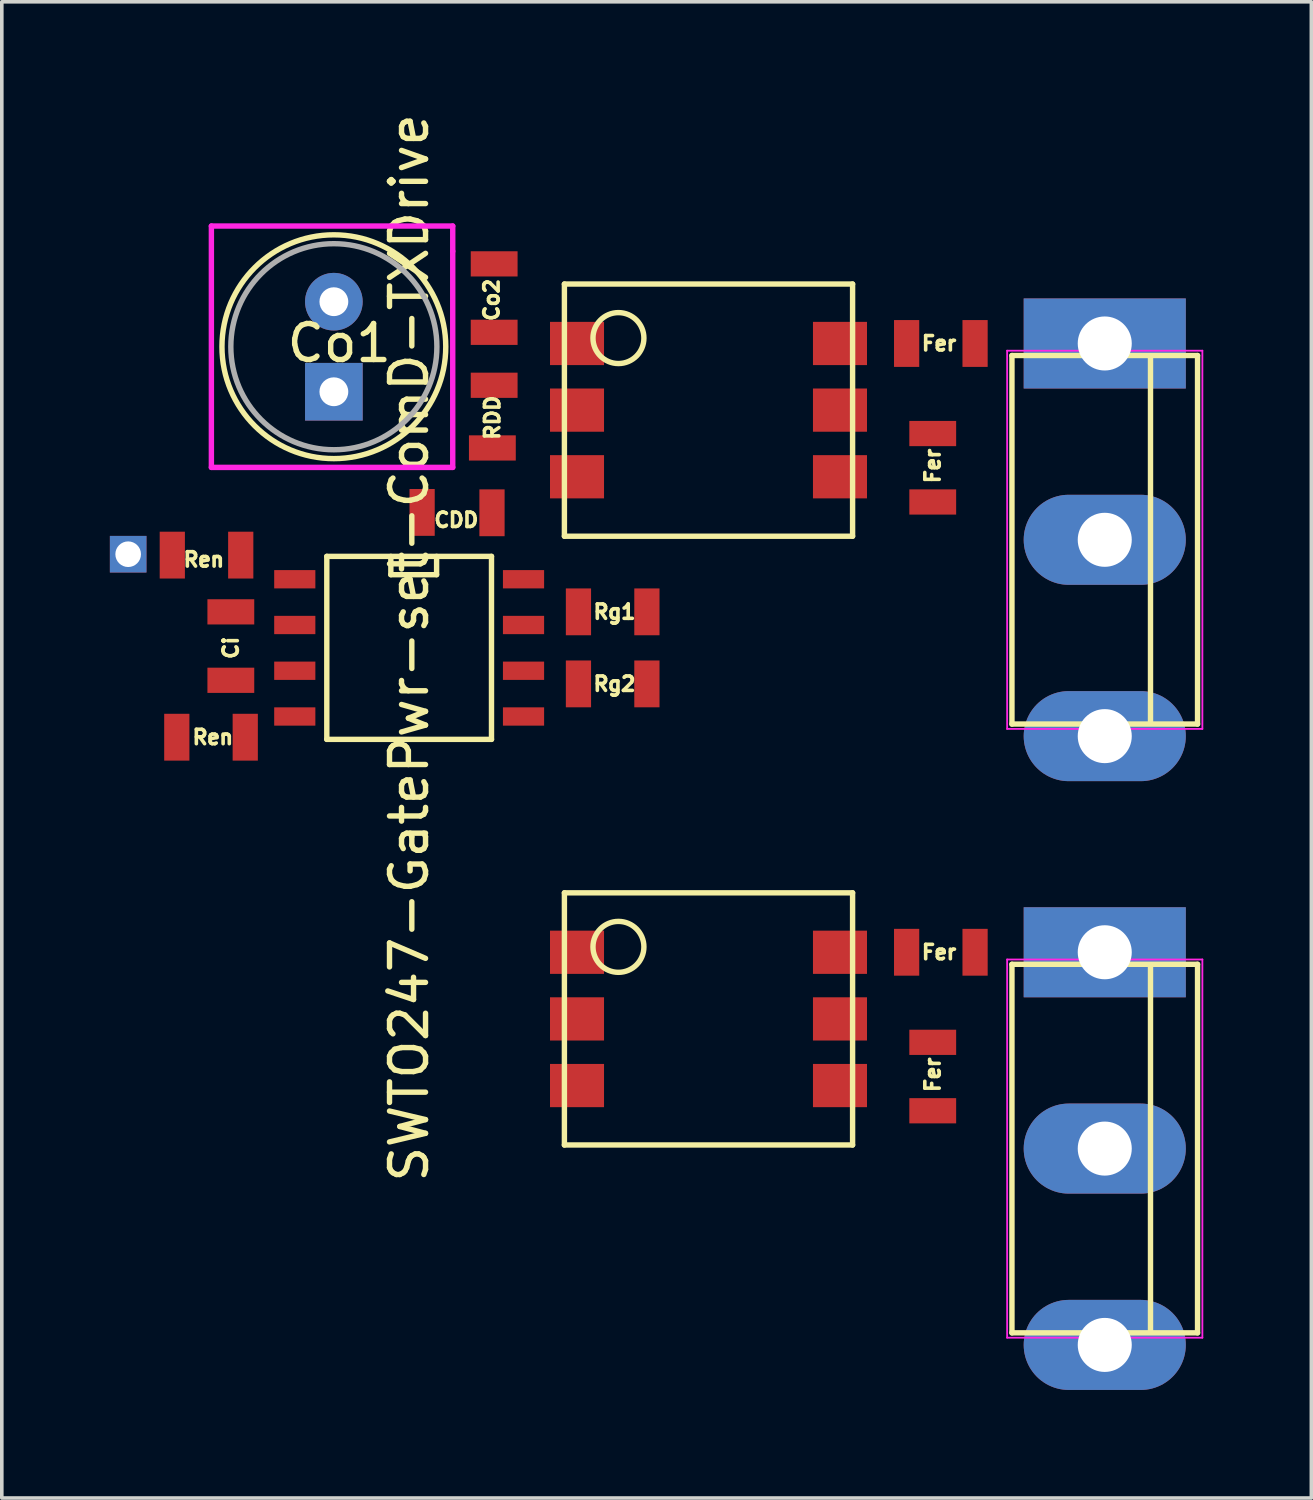
<source format=kicad_pcb>
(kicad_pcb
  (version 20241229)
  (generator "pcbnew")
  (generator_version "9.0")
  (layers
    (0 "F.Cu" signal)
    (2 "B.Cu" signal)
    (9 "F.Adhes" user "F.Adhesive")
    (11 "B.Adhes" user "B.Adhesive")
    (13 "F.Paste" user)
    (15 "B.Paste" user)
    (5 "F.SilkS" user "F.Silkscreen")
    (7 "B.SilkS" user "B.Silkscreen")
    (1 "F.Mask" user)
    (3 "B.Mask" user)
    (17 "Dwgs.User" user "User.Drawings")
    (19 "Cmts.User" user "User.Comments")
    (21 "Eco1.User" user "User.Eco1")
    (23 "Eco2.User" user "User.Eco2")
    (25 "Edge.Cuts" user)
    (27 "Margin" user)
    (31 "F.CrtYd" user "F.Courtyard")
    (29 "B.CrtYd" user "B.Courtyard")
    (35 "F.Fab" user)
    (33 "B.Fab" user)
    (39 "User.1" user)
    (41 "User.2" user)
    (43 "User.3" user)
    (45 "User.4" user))
  (footprint "SWTO247-GatePwr-set-ComD-TXDrive"
    (layer "F.Cu")
    (at 27.618 20.385)
    (property "Reference" "SWTO247-GatePwr-set-ComD-TXDrive" (at -19.31 -5.45 90) (layer "F.SilkS") (effects (font (size 1 1) (thickness 0.15))))
    (attr smd)
    (fp_line (start -21.596 -7.99) (end -17.024 -7.99) (stroke (width 0.15) (type solid)) (layer "F.SilkS"))
    (fp_line (start -21.596 -2.91) (end -21.596 -7.99) (stroke (width 0.15) (type solid)) (layer "F.SilkS"))
    (fp_line (start -19.818 -7.482) (end -19.818 -7.99) (stroke (width 0.15) (type solid)) (layer "F.SilkS"))
    (fp_line (start -18.548 -7.99) (end -18.548 -7.482) (stroke (width 0.15) (type solid)) (layer "F.SilkS"))
    (fp_line (start -18.548 -7.482) (end -19.818 -7.482) (stroke (width 0.15) (type solid)) (layer "F.SilkS"))
    (fp_line (start -17.024 -7.99) (end -17.024 -2.91) (stroke (width 0.15) (type solid)) (layer "F.SilkS"))
    (fp_line (start -17.024 -2.91) (end -21.596 -2.91) (stroke (width 0.15) (type solid)) (layer "F.SilkS"))
    (fp_line (start -15 -15.55) (end -7 -15.55) (stroke (width 0.15) (type solid)) (layer "F.SilkS"))
    (fp_line (start -15 -8.55) (end -15 -15.55) (stroke (width 0.15) (type solid)) (layer "F.SilkS"))
    (fp_line (start -15 1.35) (end -7 1.35) (stroke (width 0.15) (type solid)) (layer "F.SilkS"))
    (fp_line (start -15 8.35) (end -15 1.35) (stroke (width 0.15) (type solid)) (layer "F.SilkS"))
    (fp_line (start -7 -15.55) (end -7 -8.55) (stroke (width 0.15) (type solid)) (layer "F.SilkS"))
    (fp_line (start -7 -8.55) (end -15 -8.55) (stroke (width 0.15) (type solid)) (layer "F.SilkS"))
    (fp_line (start -7 1.35) (end -7 8.35) (stroke (width 0.15) (type solid)) (layer "F.SilkS"))
    (fp_line (start -7 8.35) (end -15 8.35) (stroke (width 0.15) (type solid)) (layer "F.SilkS"))
    (fp_line (start -2.576 -13.566) (end 2.576 -13.566) (stroke (width 0.15) (type solid)) (layer "F.SilkS"))
    (fp_line (start -2.576 -3.335) (end -2.576 -13.566) (stroke (width 0.15) (type solid)) (layer "F.SilkS"))
    (fp_line (start -2.576 3.334) (end 2.576 3.334) (stroke (width 0.15) (type solid)) (layer "F.SilkS"))
    (fp_line (start -2.576 13.565) (end -2.576 3.334) (stroke (width 0.15) (type solid)) (layer "F.SilkS"))
    (fp_line (start 1.27 -13.53) (end 1.27 -3.37) (stroke (width 0.15) (type solid)) (layer "F.SilkS"))
    (fp_line (start 1.27 3.37) (end 1.27 13.53) (stroke (width 0.15) (type solid)) (layer "F.SilkS"))
    (fp_line (start 2.576 -13.566) (end 2.576 -3.335) (stroke (width 0.15) (type solid)) (layer "F.SilkS"))
    (fp_line (start 2.576 -3.335) (end -2.576 -3.335) (stroke (width 0.15) (type solid)) (layer "F.SilkS"))
    (fp_line (start 2.576 3.334) (end 2.576 13.565) (stroke (width 0.15) (type solid)) (layer "F.SilkS"))
    (fp_line (start 2.576 13.565) (end -2.576 13.565) (stroke (width 0.15) (type solid)) (layer "F.SilkS"))
    (fp_circle (center -21.4 -13.81) (end -24 -12.11) (stroke (width 0.15) (type solid)) (fill no) (layer "F.SilkS"))
    (fp_circle (center -13.5 -14.05) (end -14 -14.55) (stroke (width 0.15) (type solid)) (fill no) (layer "F.SilkS"))
    (fp_circle (center -13.5 2.85) (end -14 2.35) (stroke (width 0.15) (type solid)) (fill no) (layer "F.SilkS"))
    (fp_line (start -24.8 -17.16) (end -18.1 -17.16) (stroke (width 0.15) (type solid)) (layer "F.CrtYd"))
    (fp_line (start -24.8 -10.46) (end -24.8 -17.16) (stroke (width 0.15) (type solid)) (layer "F.CrtYd"))
    (fp_line (start -18.1 -16.46) (end -18.1 -17.16) (stroke (width 0.15) (type solid)) (layer "F.CrtYd"))
    (fp_line (start -18.1 -10.46) (end -24.8 -10.46) (stroke (width 0.15) (type solid)) (layer "F.CrtYd"))
    (fp_line (start -18.1 -10.46) (end -18.1 -16.46) (stroke (width 0.15) (type solid)) (layer "F.CrtYd"))
    (fp_line (start -2.71 -13.7) (end -2.71 -3.2) (stroke (width 0.05) (type solid)) (layer "F.CrtYd"))
    (fp_line (start -2.71 -3.2) (end 2.71 -3.2) (stroke (width 0.05) (type solid)) (layer "F.CrtYd"))
    (fp_line (start -2.71 3.2) (end -2.71 13.7) (stroke (width 0.05) (type solid)) (layer "F.CrtYd"))
    (fp_line (start -2.71 13.7) (end 2.71 13.7) (stroke (width 0.05) (type solid)) (layer "F.CrtYd"))
    (fp_line (start 2.71 -13.7) (end -2.71 -13.7) (stroke (width 0.05) (type solid)) (layer "F.CrtYd"))
    (fp_line (start 2.71 -3.2) (end 2.71 -13.7) (stroke (width 0.05) (type solid)) (layer "F.CrtYd"))
    (fp_line (start 2.71 3.2) (end -2.71 3.2) (stroke (width 0.05) (type solid)) (layer "F.CrtYd"))
    (fp_line (start 2.71 13.7) (end 2.71 3.2) (stroke (width 0.05) (type solid)) (layer "F.CrtYd"))
    (fp_circle (center -21.4 -13.81) (end -23.7 -12.11) (stroke (width 0.15) (type solid)) (fill no) (layer "F.Fab"))
    (fp_text user "Rg2" (at -13.61 -4.45 0) (layer "F.SilkS") (effects (font (size 0.4 0.4) (thickness 0.1))))
    (fp_text user "Ren" (at -25.01 -7.9 0) (layer "F.SilkS") (effects (font (size 0.4 0.4) (thickness 0.1))))
    (fp_text user "Rg1" (at -13.61 -6.45 0) (layer "F.SilkS") (effects (font (size 0.4 0.4) (thickness 0.1))))
    (fp_text user "Fer" (at -4.6 3 180) (layer "F.SilkS") (effects (font (size 0.4 0.4) (thickness 0.1))))
    (fp_text user "Fer" (at -4.775 6.4 90) (layer "F.SilkS") (effects (font (size 0.4 0.4) (thickness 0.1))))
    (fp_text user "Co2" (at -17.02 -15.11 90) (layer "F.SilkS") (effects (font (size 0.4 0.4) (thickness 0.1))))
    (fp_text user "Ren" (at -24.76 -2.97 0) (layer "F.SilkS") (effects (font (size 0.4 0.4) (thickness 0.1))))
    (fp_text user "Fer" (at -4.775 -10.5 90) (layer "F.SilkS") (effects (font (size 0.4 0.4) (thickness 0.1))))
    (fp_text user "Ci" (at -24.26 -5.45 90) (layer "F.SilkS") (effects (font (size 0.4 0.4) (thickness 0.1))))
    (fp_text user "Co1" (at -21.25 -13.91 0) (layer "F.SilkS") (effects (font (size 1 1) (thickness 0.15))))
    (fp_text user "RDD" (at -17 -11.84 90) (layer "F.SilkS") (effects (font (size 0.4 0.4) (thickness 0.1))))
    (fp_text user "CDD" (at -18 -9 0) (layer "F.SilkS") (effects (font (size 0.4 0.4) (thickness 0.1))))
    (fp_text user "Fer" (at -4.6 -13.9 180) (layer "F.SilkS") (effects (font (size 0.4 0.4) (thickness 0.1))))
    (pad "+Vo" thru_hole rect (at -21.4 -12.56 180) (size 1.6 1.6) (drill 0.8) (layers "*.Cu" "*.Mask"))
    (pad "+Vo" smd rect (at -16.95 -14.21 270) (size 0.7 1.3) (layers "F.Cu" "F.Mask" "F.Paste"))
    (pad "+Vo" smd rect (at -16.95 -12.74 90) (size 0.7 1.3) (layers "F.Cu" "F.Mask" "F.Paste"))
    (pad "1" smd rect (at -14.65 -13.9 180) (size 1.5 1.2) (layers "F.Cu" "F.Mask" "F.Paste"))
    (pad "1" smd rect (at -14.65 3 180) (size 1.5 1.2) (layers "F.Cu" "F.Mask" "F.Paste"))
    (pad "1" smd rect (at -12.71 -6.45) (size 0.7 1.3) (layers "F.Cu" "F.Mask" "F.Paste"))
    (pad "1" smd rect (at -12.71 -4.45) (size 0.7 1.3) (layers "F.Cu" "F.Mask" "F.Paste"))
    (pad "2a" smd rect (at -14.65 -12.05 180) (size 1.5 1.2) (layers "F.Cu" "F.Mask" "F.Paste"))
    (pad "2b" smd rect (at -14.65 4.85 180) (size 1.5 1.2) (layers "F.Cu" "F.Mask" "F.Paste"))
    (pad "3" thru_hole circle (at -21.4 -15.06 180) (size 1.6 1.6) (drill 0.8) (layers "*.Cu" "*.Mask"))
    (pad "3" smd rect (at -16.95 -16.11 270) (size 0.7 1.3) (layers "F.Cu" "F.Mask" "F.Paste"))
    (pad "3" smd rect (at -16.135 -3.545 270) (size 0.508 1.143) (layers "F.Cu" "F.Mask" "F.Paste"))
    (pad "3" smd rect (at -14.65 -10.2 180) (size 1.5 1.2) (layers "F.Cu" "F.Mask" "F.Paste"))
    (pad "3" smd rect (at -14.65 6.7 180) (size 1.5 1.2) (layers "F.Cu" "F.Mask" "F.Paste"))
    (pad "5a" smd rect (at -7.35 -12.05 180) (size 1.5 1.2) (layers "F.Cu" "F.Mask" "F.Paste"))
    (pad "5b" smd rect (at -7.35 4.85 180) (size 1.5 1.2) (layers "F.Cu" "F.Mask" "F.Paste"))
    (pad "6a" smd rect (at -7.35 -13.9 180) (size 1.5 1.2) (layers "F.Cu" "F.Mask" "F.Paste"))
    (pad "6a" smd rect (at -5.5 -13.9 180) (size 0.7 1.3) (layers "F.Cu" "F.Mask" "F.Paste"))
    (pad "6a" smd rect (at -4.775 -11.4 90) (size 0.7 1.3) (layers "F.Cu" "F.Mask" "F.Paste"))
    (pad "6b" smd rect (at -7.35 3 180) (size 1.5 1.2) (layers "F.Cu" "F.Mask" "F.Paste"))
    (pad "6b" smd rect (at -5.5 3 180) (size 0.7 1.3) (layers "F.Cu" "F.Mask" "F.Paste"))
    (pad "6b" smd rect (at -4.775 5.5 90) (size 0.7 1.3) (layers "F.Cu" "F.Mask" "F.Paste"))
    (pad "D" thru_hole oval (at 0 -8.45 180) (size 4.5 2.5) (drill 1.5) (layers "*.Cu" "*.Mask"))
    (pad "D" thru_hole oval (at 0 8.45 180) (size 4.5 2.5) (drill 1.5) (layers "*.Cu" "*.Mask"))
    (pad "EN" smd rect (at -23.86 -2.97) (size 0.7 1.3) (layers "F.Cu" "F.Mask" "F.Paste"))
    (pad "EN" smd rect (at -22.485 -3.545 270) (size 0.508 1.143) (layers "F.Cu" "F.Mask" "F.Paste"))
    (pad "GNDi" smd rect (at -24.26 -4.55 270) (size 0.7 1.3) (layers "F.Cu" "F.Mask" "F.Paste"))
    (pad "GNDi" smd rect (at -22.485 -4.815 270) (size 0.508 1.143) (layers "F.Cu" "F.Mask" "F.Paste"))
    (pad "Ga" smd rect (at -3.6 -13.9 180) (size 0.7 1.3) (layers "F.Cu" "F.Mask" "F.Paste"))
    (pad "Ga" thru_hole rect (at 0 -13.9 180) (size 4.5 2.5) (drill 1.5) (layers "*.Cu" "*.Mask"))
    (pad "Gb" smd rect (at -3.6 3 180) (size 0.7 1.3) (layers "F.Cu" "F.Mask" "F.Paste"))
    (pad "Gb" thru_hole rect (at 0 3 180) (size 4.5 2.5) (drill 1.5) (layers "*.Cu" "*.Mask"))
    (pad "S" smd rect (at -18.95 -9.21) (size 0.7 1.3) (layers "F.Cu" "F.Mask" "F.Paste"))
    (pad "Sa" smd rect (at -7.35 -10.2 180) (size 1.5 1.2) (layers "F.Cu" "F.Mask" "F.Paste"))
    (pad "Sa" smd rect (at -4.775 -9.5 90) (size 0.7 1.3) (layers "F.Cu" "F.Mask" "F.Paste"))
    (pad "Sa" thru_hole oval (at 0 -3 180) (size 4.5 2.5) (drill 1.5) (layers "*.Cu" "*.Mask"))
    (pad "Sb" smd rect (at -7.35 6.7 180) (size 1.5 1.2) (layers "F.Cu" "F.Mask" "F.Paste"))
    (pad "Sb" smd rect (at -4.775 7.4 90) (size 0.7 1.3) (layers "F.Cu" "F.Mask" "F.Paste"))
    (pad "Sb" thru_hole oval (at 0 13.9 180) (size 4.5 2.5) (drill 1.5) (layers "*.Cu" "*.Mask"))
    (pad "VDD" smd rect (at -17.01 -9.2) (size 0.7 1.3) (layers "F.Cu" "F.Mask" "F.Paste"))
    (pad "VDD" smd rect (at -17 -11 90) (size 0.7 1.3) (layers "F.Cu" "F.Mask" "F.Paste"))
    (pad "VDD" smd rect (at -16.135 -7.355 270) (size 0.508 1.143) (layers "F.Cu" "F.Mask" "F.Paste"))
    (pad "VDDi" smd rect (at -25.76 -2.97) (size 0.7 1.3) (layers "F.Cu" "F.Mask" "F.Paste"))
    (pad "VDDi" smd rect (at -24.26 -6.45 270) (size 0.7 1.3) (layers "F.Cu" "F.Mask" "F.Paste"))
    (pad "VDDi" smd rect (at -22.485 -6.085 270) (size 0.508 1.143) (layers "F.Cu" "F.Mask" "F.Paste"))
    (pad "VI" smd rect (at -23.985 -8.025) (size 0.7 1.3) (layers "F.Cu" "F.Mask" "F.Paste"))
    (pad "VI" smd rect (at -22.485 -7.355 270) (size 0.508 1.143) (layers "F.Cu" "F.Mask" "F.Paste"))
    (pad "Vg+" smd rect (at -16.135 -6.085 270) (size 0.508 1.143) (layers "F.Cu" "F.Mask" "F.Paste"))
    (pad "Vg+" smd rect (at -14.61 -6.45) (size 0.7 1.3) (layers "F.Cu" "F.Mask" "F.Paste"))
    (pad "Vg-" smd rect (at -16.135 -4.815 270) (size 0.508 1.143) (layers "F.Cu" "F.Mask" "F.Paste"))
    (pad "Vg-" smd rect (at -14.61 -4.45) (size 0.7 1.3) (layers "F.Cu" "F.Mask" "F.Paste"))
    (pad "Vsig" thru_hole rect (at -27.11 -8.05 270) (size 1.016 1.016) (drill 0.711) (layers "*.Cu" "*.Mask"))
    (pad "Vsig" smd rect (at -25.885 -8.025) (size 0.7 1.3) (layers "F.Cu" "F.Mask" "F.Paste")))
  (gr_rect
    (start -3 -3)
    (end 33.353 38.535)
    (stroke (width 0.1) (type default))
    (fill no)
    (layer "Edge.Cuts")))
</source>
